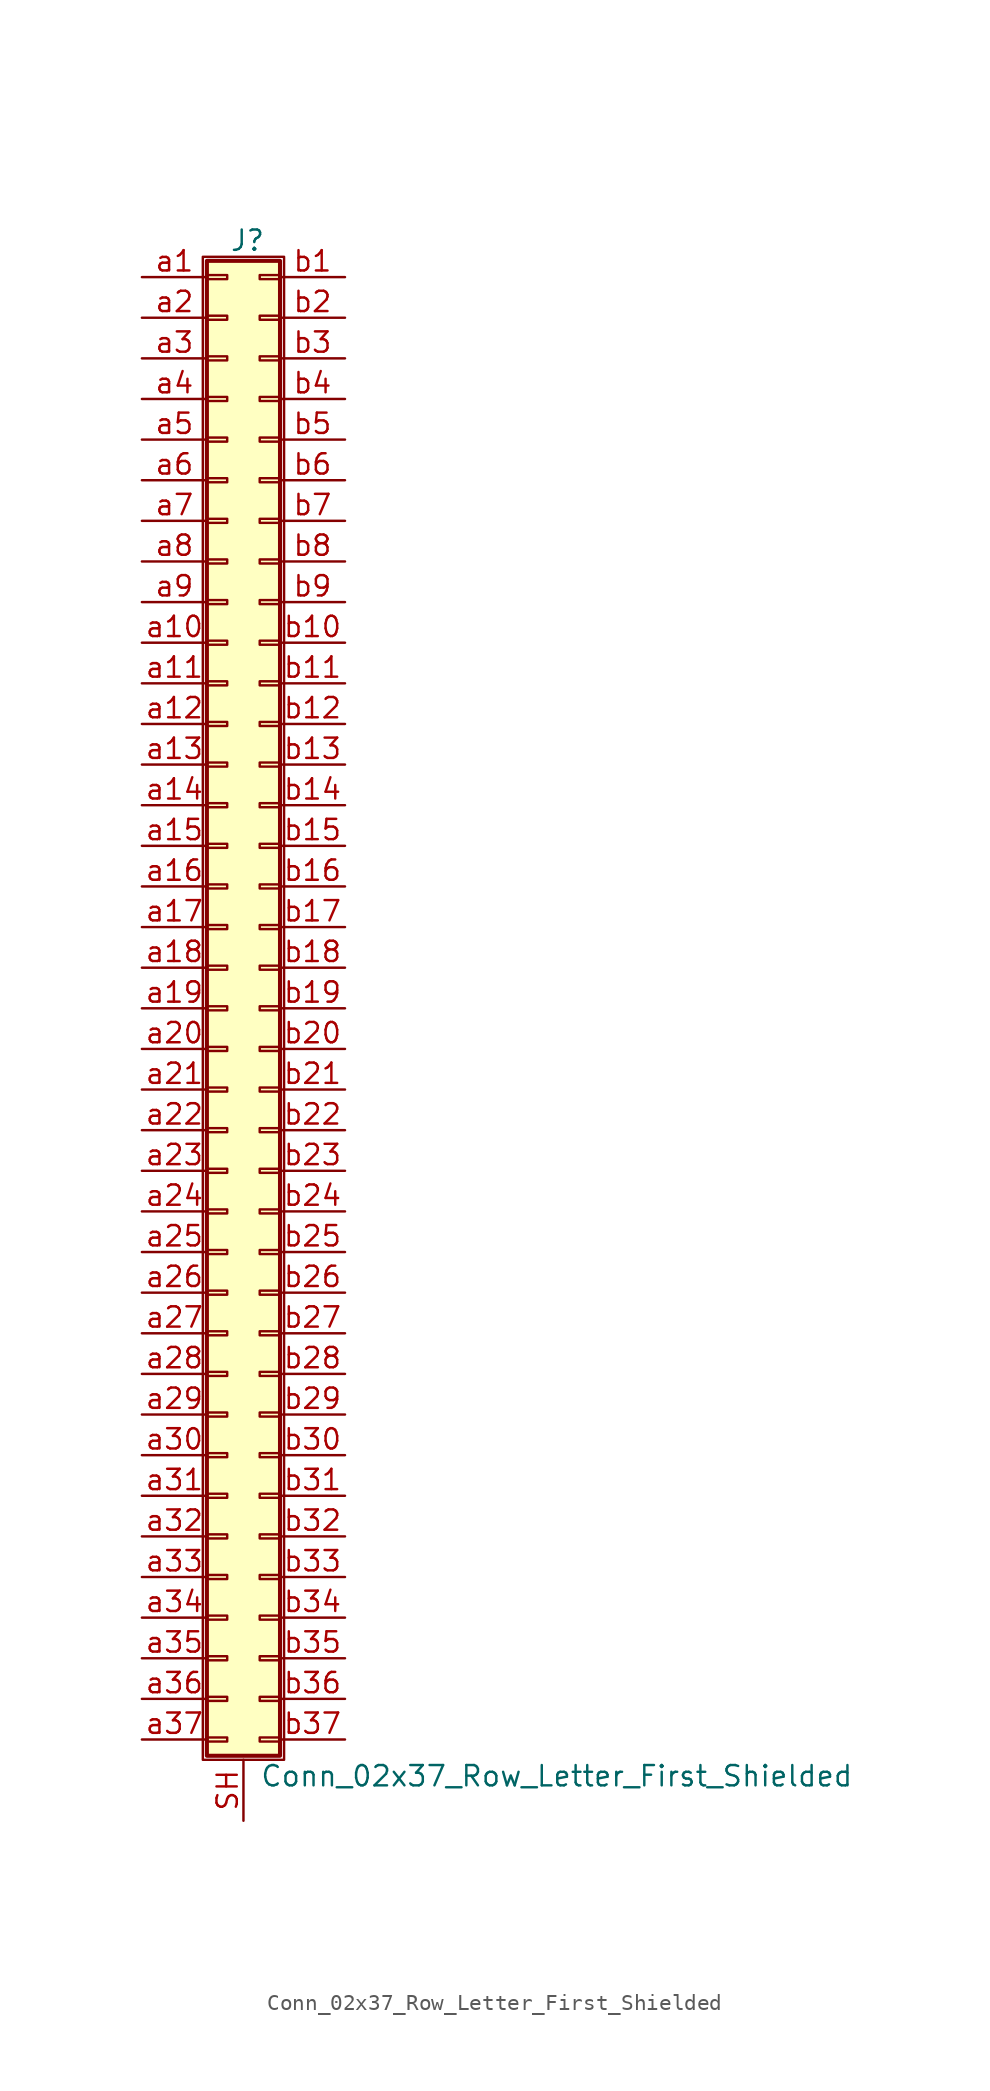
<source format=kicad_sym>
(kicad_symbol_lib
  (version 20201005)
  (generator kicad_symbol_editor)
  (symbol "Connector_Generic_Shielded:Conn_02x37_Row_Letter_First_Shielded"
    (pin_names
      (offset 1.016) hide)
    (property "Reference" "J"
      (at 1.524 48.006 0)
      (effects (font (size 1.27 1.27))))
    (property "Value" "Conn_02x37_Row_Letter_First_Shielded"
      (at 2.286 -48.006 0)
      (effects (font (size 1.27 1.27)) (justify left)))
    (symbol "Conn_02x37_Row_Letter_First_Shielded_1_1"
      (rectangle (start -1.016 -27.813) (end 0.254 -28.067) (stroke (width 0.152)) (fill (type none)))
      (rectangle (start -1.016 -30.353) (end 0.254 -30.607) (stroke (width 0.152)) (fill (type none)))
      (rectangle (start -1.016 -32.893) (end 0.254 -33.147) (stroke (width 0.152)) (fill (type none)))
      (rectangle (start -1.016 -35.433) (end 0.254 -35.687) (stroke (width 0.152)) (fill (type none)))
      (rectangle (start -1.016 -37.973) (end 0.254 -38.227) (stroke (width 0.152)) (fill (type none)))
      (rectangle (start -1.016 -40.513) (end 0.254 -40.767) (stroke (width 0.152)) (fill (type none)))
      (rectangle (start -1.016 -43.053) (end 0.254 -43.307) (stroke (width 0.152)) (fill (type none)))
      (rectangle (start -1.016 -45.593) (end 0.254 -45.847) (stroke (width 0.152)) (fill (type none)))
      (rectangle (start -1.016 -4.953) (end 0.254 -5.207) (stroke (width 0.152)) (fill (type none)))
      (rectangle (start -1.016 -7.493) (end 0.254 -7.747) (stroke (width 0.152)) (fill (type none)))
      (rectangle (start -1.016 -10.033) (end 0.254 -10.287) (stroke (width 0.152)) (fill (type none)))
      (rectangle (start -1.016 -12.573) (end 0.254 -12.827) (stroke (width 0.152)) (fill (type none)))
      (rectangle (start -1.016 -15.113) (end 0.254 -15.367) (stroke (width 0.152)) (fill (type none)))
      (rectangle (start -1.016 -17.653) (end 0.254 -17.907) (stroke (width 0.152)) (fill (type none)))
      (rectangle (start -1.016 -20.193) (end 0.254 -20.447) (stroke (width 0.152)) (fill (type none)))
      (rectangle (start -1.016 -22.733) (end 0.254 -22.987) (stroke (width 0.152)) (fill (type none)))
      (rectangle (start -1.016 -2.413) (end 0.254 -2.667) (stroke (width 0.152)) (fill (type none)))
      (rectangle (start -1.016 -25.273) (end 0.254 -25.527) (stroke (width 0.152)) (fill (type none)))
      (rectangle (start -1.016 25.527) (end 0.254 25.273) (stroke (width 0.152)) (fill (type none)))
      (rectangle (start -1.016 2.667) (end 0.254 2.413) (stroke (width 0.152)) (fill (type none)))
      (rectangle (start -1.016 28.067) (end 0.254 27.813) (stroke (width 0.152)) (fill (type none)))
      (rectangle (start -1.016 30.607) (end 0.254 30.353) (stroke (width 0.152)) (fill (type none)))
      (rectangle (start -1.016 33.147) (end 0.254 32.893) (stroke (width 0.152)) (fill (type none)))
      (rectangle (start -1.016 35.687) (end 0.254 35.433) (stroke (width 0.152)) (fill (type none)))
      (rectangle (start -1.016 38.227) (end 0.254 37.973) (stroke (width 0.152)) (fill (type none)))
      (rectangle (start -1.016 40.767) (end 0.254 40.513) (stroke (width 0.152)) (fill (type none)))
      (rectangle (start -1.016 43.307) (end 0.254 43.053) (stroke (width 0.152)) (fill (type none)))
      (rectangle (start -1.016 45.847) (end 0.254 45.593) (stroke (width 0.152)) (fill (type none)))
      (rectangle (start -1.016 46.736) (end 3.556 -46.736) (stroke (width 0.254)) (fill (type background)))
      (rectangle (start -1.016 5.207) (end 0.254 4.953) (stroke (width 0.152)) (fill (type none)))
      (rectangle (start -1.016 7.747) (end 0.254 7.493) (stroke (width 0.152)) (fill (type none)))
      (rectangle (start -1.016 10.287) (end 0.254 10.033) (stroke (width 0.152)) (fill (type none)))
      (rectangle (start -1.016 0.127) (end 0.254 -0.127) (stroke (width 0.152)) (fill (type none)))
      (rectangle (start -1.016 12.827) (end 0.254 12.573) (stroke (width 0.152)) (fill (type none)))
      (rectangle (start -1.016 15.367) (end 0.254 15.113) (stroke (width 0.152)) (fill (type none)))
      (rectangle (start -1.016 17.907) (end 0.254 17.653) (stroke (width 0.152)) (fill (type none)))
      (rectangle (start -1.016 20.447) (end 0.254 20.193) (stroke (width 0.152)) (fill (type none)))
      (rectangle (start -1.016 22.987) (end 0.254 22.733) (stroke (width 0.152)) (fill (type none)))
      (rectangle (start -1.27 46.99) (end 3.81 -46.99) (stroke (width 0.152)) (fill (type none)))
      (rectangle (start 3.556 -27.813) (end 2.286 -28.067) (stroke (width 0.152)) (fill (type none)))
      (rectangle (start 3.556 -30.353) (end 2.286 -30.607) (stroke (width 0.152)) (fill (type none)))
      (rectangle (start 3.556 -32.893) (end 2.286 -33.147) (stroke (width 0.152)) (fill (type none)))
      (rectangle (start 3.556 -35.433) (end 2.286 -35.687) (stroke (width 0.152)) (fill (type none)))
      (rectangle (start 3.556 -37.973) (end 2.286 -38.227) (stroke (width 0.152)) (fill (type none)))
      (rectangle (start 3.556 -40.513) (end 2.286 -40.767) (stroke (width 0.152)) (fill (type none)))
      (rectangle (start 3.556 -43.053) (end 2.286 -43.307) (stroke (width 0.152)) (fill (type none)))
      (rectangle (start 3.556 -45.593) (end 2.286 -45.847) (stroke (width 0.152)) (fill (type none)))
      (rectangle (start 3.556 -4.953) (end 2.286 -5.207) (stroke (width 0.152)) (fill (type none)))
      (rectangle (start 3.556 -7.493) (end 2.286 -7.747) (stroke (width 0.152)) (fill (type none)))
      (rectangle (start 3.556 -10.033) (end 2.286 -10.287) (stroke (width 0.152)) (fill (type none)))
      (rectangle (start 3.556 -12.573) (end 2.286 -12.827) (stroke (width 0.152)) (fill (type none)))
      (rectangle (start 3.556 -15.113) (end 2.286 -15.367) (stroke (width 0.152)) (fill (type none)))
      (rectangle (start 3.556 -17.653) (end 2.286 -17.907) (stroke (width 0.152)) (fill (type none)))
      (rectangle (start 3.556 -20.193) (end 2.286 -20.447) (stroke (width 0.152)) (fill (type none)))
      (rectangle (start 3.556 -22.733) (end 2.286 -22.987) (stroke (width 0.152)) (fill (type none)))
      (rectangle (start 3.556 -2.413) (end 2.286 -2.667) (stroke (width 0.152)) (fill (type none)))
      (rectangle (start 3.556 -25.273) (end 2.286 -25.527) (stroke (width 0.152)) (fill (type none)))
      (rectangle (start 3.556 25.527) (end 2.286 25.273) (stroke (width 0.152)) (fill (type none)))
      (rectangle (start 3.556 2.667) (end 2.286 2.413) (stroke (width 0.152)) (fill (type none)))
      (rectangle (start 3.556 28.067) (end 2.286 27.813) (stroke (width 0.152)) (fill (type none)))
      (rectangle (start 3.556 30.607) (end 2.286 30.353) (stroke (width 0.152)) (fill (type none)))
      (rectangle (start 3.556 33.147) (end 2.286 32.893) (stroke (width 0.152)) (fill (type none)))
      (rectangle (start 3.556 35.687) (end 2.286 35.433) (stroke (width 0.152)) (fill (type none)))
      (rectangle (start 3.556 38.227) (end 2.286 37.973) (stroke (width 0.152)) (fill (type none)))
      (rectangle (start 3.556 40.767) (end 2.286 40.513) (stroke (width 0.152)) (fill (type none)))
      (rectangle (start 3.556 43.307) (end 2.286 43.053) (stroke (width 0.152)) (fill (type none)))
      (rectangle (start 3.556 45.847) (end 2.286 45.593) (stroke (width 0.152)) (fill (type none)))
      (rectangle (start 3.556 5.207) (end 2.286 4.953) (stroke (width 0.152)) (fill (type none)))
      (rectangle (start 3.556 7.747) (end 2.286 7.493) (stroke (width 0.152)) (fill (type none)))
      (rectangle (start 3.556 10.287) (end 2.286 10.033) (stroke (width 0.152)) (fill (type none)))
      (rectangle (start 3.556 0.127) (end 2.286 -0.127) (stroke (width 0.152)) (fill (type none)))
      (rectangle (start 3.556 12.827) (end 2.286 12.573) (stroke (width 0.152)) (fill (type none)))
      (rectangle (start 3.556 15.367) (end 2.286 15.113) (stroke (width 0.152)) (fill (type none)))
      (rectangle (start 3.556 17.907) (end 2.286 17.653) (stroke (width 0.152)) (fill (type none)))
      (rectangle (start 3.556 20.447) (end 2.286 20.193) (stroke (width 0.152)) (fill (type none)))
      (rectangle (start 3.556 22.987) (end 2.286 22.733) (stroke (width 0.152)) (fill (type none)))
      (pin passive line (at -5.08 45.72 0) (length 4.064) (name "Pin_a1" (effects (font (size 1.27 1.27)))) (number "a1" (effects (font (size 1.27 1.27)))))
      (pin passive line (at -5.08 22.86 0) (length 4.064) (name "Pin_a10" (effects (font (size 1.27 1.27)))) (number "a10" (effects (font (size 1.27 1.27)))))
      (pin passive line (at -5.08 20.32 0) (length 4.064) (name "Pin_a11" (effects (font (size 1.27 1.27)))) (number "a11" (effects (font (size 1.27 1.27)))))
      (pin passive line (at -5.08 17.78 0) (length 4.064) (name "Pin_a12" (effects (font (size 1.27 1.27)))) (number "a12" (effects (font (size 1.27 1.27)))))
      (pin passive line (at -5.08 15.24 0) (length 4.064) (name "Pin_a13" (effects (font (size 1.27 1.27)))) (number "a13" (effects (font (size 1.27 1.27)))))
      (pin passive line (at -5.08 12.7 0) (length 4.064) (name "Pin_a14" (effects (font (size 1.27 1.27)))) (number "a14" (effects (font (size 1.27 1.27)))))
      (pin passive line (at -5.08 10.16 0) (length 4.064) (name "Pin_a15" (effects (font (size 1.27 1.27)))) (number "a15" (effects (font (size 1.27 1.27)))))
      (pin passive line (at -5.08 7.62 0) (length 4.064) (name "Pin_a16" (effects (font (size 1.27 1.27)))) (number "a16" (effects (font (size 1.27 1.27)))))
      (pin passive line (at -5.08 5.08 0) (length 4.064) (name "Pin_a17" (effects (font (size 1.27 1.27)))) (number "a17" (effects (font (size 1.27 1.27)))))
      (pin passive line (at -5.08 2.54 0) (length 4.064) (name "Pin_a18" (effects (font (size 1.27 1.27)))) (number "a18" (effects (font (size 1.27 1.27)))))
      (pin passive line (at -5.08 0 0) (length 4.064) (name "Pin_a19" (effects (font (size 1.27 1.27)))) (number "a19" (effects (font (size 1.27 1.27)))))
      (pin passive line (at -5.08 43.18 0) (length 4.064) (name "Pin_a2" (effects (font (size 1.27 1.27)))) (number "a2" (effects (font (size 1.27 1.27)))))
      (pin passive line (at -5.08 -2.54 0) (length 4.064) (name "Pin_a20" (effects (font (size 1.27 1.27)))) (number "a20" (effects (font (size 1.27 1.27)))))
      (pin passive line (at -5.08 -5.08 0) (length 4.064) (name "Pin_a21" (effects (font (size 1.27 1.27)))) (number "a21" (effects (font (size 1.27 1.27)))))
      (pin passive line (at -5.08 -7.62 0) (length 4.064) (name "Pin_a22" (effects (font (size 1.27 1.27)))) (number "a22" (effects (font (size 1.27 1.27)))))
      (pin passive line (at -5.08 -10.16 0) (length 4.064) (name "Pin_a23" (effects (font (size 1.27 1.27)))) (number "a23" (effects (font (size 1.27 1.27)))))
      (pin passive line (at -5.08 -12.7 0) (length 4.064) (name "Pin_a24" (effects (font (size 1.27 1.27)))) (number "a24" (effects (font (size 1.27 1.27)))))
      (pin passive line (at -5.08 -15.24 0) (length 4.064) (name "Pin_a25" (effects (font (size 1.27 1.27)))) (number "a25" (effects (font (size 1.27 1.27)))))
      (pin passive line (at -5.08 -17.78 0) (length 4.064) (name "Pin_a26" (effects (font (size 1.27 1.27)))) (number "a26" (effects (font (size 1.27 1.27)))))
      (pin passive line (at -5.08 -20.32 0) (length 4.064) (name "Pin_a27" (effects (font (size 1.27 1.27)))) (number "a27" (effects (font (size 1.27 1.27)))))
      (pin passive line (at -5.08 -22.86 0) (length 4.064) (name "Pin_a28" (effects (font (size 1.27 1.27)))) (number "a28" (effects (font (size 1.27 1.27)))))
      (pin passive line (at -5.08 -25.4 0) (length 4.064) (name "Pin_a29" (effects (font (size 1.27 1.27)))) (number "a29" (effects (font (size 1.27 1.27)))))
      (pin passive line (at -5.08 40.64 0) (length 4.064) (name "Pin_a3" (effects (font (size 1.27 1.27)))) (number "a3" (effects (font (size 1.27 1.27)))))
      (pin passive line (at -5.08 -27.94 0) (length 4.064) (name "Pin_a30" (effects (font (size 1.27 1.27)))) (number "a30" (effects (font (size 1.27 1.27)))))
      (pin passive line (at -5.08 -30.48 0) (length 4.064) (name "Pin_a31" (effects (font (size 1.27 1.27)))) (number "a31" (effects (font (size 1.27 1.27)))))
      (pin passive line (at -5.08 -33.02 0) (length 4.064) (name "Pin_a32" (effects (font (size 1.27 1.27)))) (number "a32" (effects (font (size 1.27 1.27)))))
      (pin passive line (at -5.08 -35.56 0) (length 4.064) (name "Pin_a33" (effects (font (size 1.27 1.27)))) (number "a33" (effects (font (size 1.27 1.27)))))
      (pin passive line (at -5.08 -38.1 0) (length 4.064) (name "Pin_a34" (effects (font (size 1.27 1.27)))) (number "a34" (effects (font (size 1.27 1.27)))))
      (pin passive line (at -5.08 -40.64 0) (length 4.064) (name "Pin_a35" (effects (font (size 1.27 1.27)))) (number "a35" (effects (font (size 1.27 1.27)))))
      (pin passive line (at -5.08 -43.18 0) (length 4.064) (name "Pin_a36" (effects (font (size 1.27 1.27)))) (number "a36" (effects (font (size 1.27 1.27)))))
      (pin passive line (at -5.08 -45.72 0) (length 4.064) (name "Pin_a37" (effects (font (size 1.27 1.27)))) (number "a37" (effects (font (size 1.27 1.27)))))
      (pin passive line (at -5.08 38.1 0) (length 4.064) (name "Pin_a4" (effects (font (size 1.27 1.27)))) (number "a4" (effects (font (size 1.27 1.27)))))
      (pin passive line (at -5.08 35.56 0) (length 4.064) (name "Pin_a5" (effects (font (size 1.27 1.27)))) (number "a5" (effects (font (size 1.27 1.27)))))
      (pin passive line (at -5.08 33.02 0) (length 4.064) (name "Pin_a6" (effects (font (size 1.27 1.27)))) (number "a6" (effects (font (size 1.27 1.27)))))
      (pin passive line (at -5.08 30.48 0) (length 4.064) (name "Pin_a7" (effects (font (size 1.27 1.27)))) (number "a7" (effects (font (size 1.27 1.27)))))
      (pin passive line (at -5.08 27.94 0) (length 4.064) (name "Pin_a8" (effects (font (size 1.27 1.27)))) (number "a8" (effects (font (size 1.27 1.27)))))
      (pin passive line (at -5.08 25.4 0) (length 4.064) (name "Pin_a9" (effects (font (size 1.27 1.27)))) (number "a9" (effects (font (size 1.27 1.27)))))
      (pin passive line (at 7.62 45.72 180) (length 4.064) (name "Pin_b1" (effects (font (size 1.27 1.27)))) (number "b1" (effects (font (size 1.27 1.27)))))
      (pin passive line (at 7.62 22.86 180) (length 4.064) (name "Pin_b10" (effects (font (size 1.27 1.27)))) (number "b10" (effects (font (size 1.27 1.27)))))
      (pin passive line (at 7.62 20.32 180) (length 4.064) (name "Pin_b11" (effects (font (size 1.27 1.27)))) (number "b11" (effects (font (size 1.27 1.27)))))
      (pin passive line (at 7.62 17.78 180) (length 4.064) (name "Pin_b12" (effects (font (size 1.27 1.27)))) (number "b12" (effects (font (size 1.27 1.27)))))
      (pin passive line (at 7.62 15.24 180) (length 4.064) (name "Pin_b13" (effects (font (size 1.27 1.27)))) (number "b13" (effects (font (size 1.27 1.27)))))
      (pin passive line (at 7.62 12.7 180) (length 4.064) (name "Pin_b14" (effects (font (size 1.27 1.27)))) (number "b14" (effects (font (size 1.27 1.27)))))
      (pin passive line (at 7.62 10.16 180) (length 4.064) (name "Pin_b15" (effects (font (size 1.27 1.27)))) (number "b15" (effects (font (size 1.27 1.27)))))
      (pin passive line (at 7.62 7.62 180) (length 4.064) (name "Pin_b16" (effects (font (size 1.27 1.27)))) (number "b16" (effects (font (size 1.27 1.27)))))
      (pin passive line (at 7.62 5.08 180) (length 4.064) (name "Pin_b17" (effects (font (size 1.27 1.27)))) (number "b17" (effects (font (size 1.27 1.27)))))
      (pin passive line (at 7.62 2.54 180) (length 4.064) (name "Pin_b18" (effects (font (size 1.27 1.27)))) (number "b18" (effects (font (size 1.27 1.27)))))
      (pin passive line (at 7.62 0 180) (length 4.064) (name "Pin_b19" (effects (font (size 1.27 1.27)))) (number "b19" (effects (font (size 1.27 1.27)))))
      (pin passive line (at 7.62 43.18 180) (length 4.064) (name "Pin_b2" (effects (font (size 1.27 1.27)))) (number "b2" (effects (font (size 1.27 1.27)))))
      (pin passive line (at 7.62 -2.54 180) (length 4.064) (name "Pin_b20" (effects (font (size 1.27 1.27)))) (number "b20" (effects (font (size 1.27 1.27)))))
      (pin passive line (at 7.62 -5.08 180) (length 4.064) (name "Pin_b21" (effects (font (size 1.27 1.27)))) (number "b21" (effects (font (size 1.27 1.27)))))
      (pin passive line (at 7.62 -7.62 180) (length 4.064) (name "Pin_b22" (effects (font (size 1.27 1.27)))) (number "b22" (effects (font (size 1.27 1.27)))))
      (pin passive line (at 7.62 -10.16 180) (length 4.064) (name "Pin_b23" (effects (font (size 1.27 1.27)))) (number "b23" (effects (font (size 1.27 1.27)))))
      (pin passive line (at 7.62 -12.7 180) (length 4.064) (name "Pin_b24" (effects (font (size 1.27 1.27)))) (number "b24" (effects (font (size 1.27 1.27)))))
      (pin passive line (at 7.62 -15.24 180) (length 4.064) (name "Pin_b25" (effects (font (size 1.27 1.27)))) (number "b25" (effects (font (size 1.27 1.27)))))
      (pin passive line (at 7.62 -17.78 180) (length 4.064) (name "Pin_b26" (effects (font (size 1.27 1.27)))) (number "b26" (effects (font (size 1.27 1.27)))))
      (pin passive line (at 7.62 -20.32 180) (length 4.064) (name "Pin_b27" (effects (font (size 1.27 1.27)))) (number "b27" (effects (font (size 1.27 1.27)))))
      (pin passive line (at 7.62 -22.86 180) (length 4.064) (name "Pin_b28" (effects (font (size 1.27 1.27)))) (number "b28" (effects (font (size 1.27 1.27)))))
      (pin passive line (at 7.62 -25.4 180) (length 4.064) (name "Pin_b29" (effects (font (size 1.27 1.27)))) (number "b29" (effects (font (size 1.27 1.27)))))
      (pin passive line (at 7.62 40.64 180) (length 4.064) (name "Pin_b3" (effects (font (size 1.27 1.27)))) (number "b3" (effects (font (size 1.27 1.27)))))
      (pin passive line (at 7.62 -27.94 180) (length 4.064) (name "Pin_b30" (effects (font (size 1.27 1.27)))) (number "b30" (effects (font (size 1.27 1.27)))))
      (pin passive line (at 7.62 -30.48 180) (length 4.064) (name "Pin_b31" (effects (font (size 1.27 1.27)))) (number "b31" (effects (font (size 1.27 1.27)))))
      (pin passive line (at 7.62 -33.02 180) (length 4.064) (name "Pin_b32" (effects (font (size 1.27 1.27)))) (number "b32" (effects (font (size 1.27 1.27)))))
      (pin passive line (at 7.62 -35.56 180) (length 4.064) (name "Pin_b33" (effects (font (size 1.27 1.27)))) (number "b33" (effects (font (size 1.27 1.27)))))
      (pin passive line (at 7.62 -38.1 180) (length 4.064) (name "Pin_b34" (effects (font (size 1.27 1.27)))) (number "b34" (effects (font (size 1.27 1.27)))))
      (pin passive line (at 7.62 -40.64 180) (length 4.064) (name "Pin_b35" (effects (font (size 1.27 1.27)))) (number "b35" (effects (font (size 1.27 1.27)))))
      (pin passive line (at 7.62 -43.18 180) (length 4.064) (name "Pin_b36" (effects (font (size 1.27 1.27)))) (number "b36" (effects (font (size 1.27 1.27)))))
      (pin passive line (at 7.62 -45.72 180) (length 4.064) (name "Pin_b37" (effects (font (size 1.27 1.27)))) (number "b37" (effects (font (size 1.27 1.27)))))
      (pin passive line (at 7.62 38.1 180) (length 4.064) (name "Pin_b4" (effects (font (size 1.27 1.27)))) (number "b4" (effects (font (size 1.27 1.27)))))
      (pin passive line (at 7.62 35.56 180) (length 4.064) (name "Pin_b5" (effects (font (size 1.27 1.27)))) (number "b5" (effects (font (size 1.27 1.27)))))
      (pin passive line (at 7.62 33.02 180) (length 4.064) (name "Pin_b6" (effects (font (size 1.27 1.27)))) (number "b6" (effects (font (size 1.27 1.27)))))
      (pin passive line (at 7.62 30.48 180) (length 4.064) (name "Pin_b7" (effects (font (size 1.27 1.27)))) (number "b7" (effects (font (size 1.27 1.27)))))
      (pin passive line (at 7.62 27.94 180) (length 4.064) (name "Pin_b8" (effects (font (size 1.27 1.27)))) (number "b8" (effects (font (size 1.27 1.27)))))
      (pin passive line (at 7.62 25.4 180) (length 4.064) (name "Pin_b9" (effects (font (size 1.27 1.27)))) (number "b9" (effects (font (size 1.27 1.27)))))
      (pin passive line (at 1.27 -50.8 90) (length 3.81) (name "Shield" (effects (font (size 1.27 1.27)))) (number "SH" (effects (font (size 1.27 1.27))))))))
</source>
